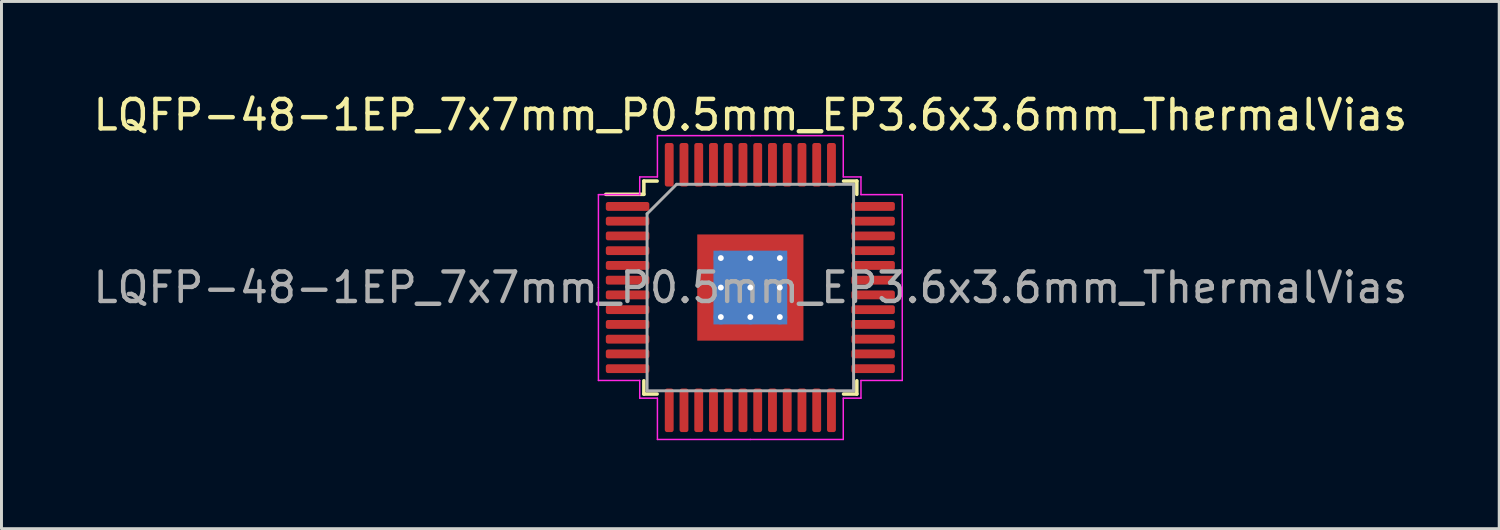
<source format=kicad_pcb>
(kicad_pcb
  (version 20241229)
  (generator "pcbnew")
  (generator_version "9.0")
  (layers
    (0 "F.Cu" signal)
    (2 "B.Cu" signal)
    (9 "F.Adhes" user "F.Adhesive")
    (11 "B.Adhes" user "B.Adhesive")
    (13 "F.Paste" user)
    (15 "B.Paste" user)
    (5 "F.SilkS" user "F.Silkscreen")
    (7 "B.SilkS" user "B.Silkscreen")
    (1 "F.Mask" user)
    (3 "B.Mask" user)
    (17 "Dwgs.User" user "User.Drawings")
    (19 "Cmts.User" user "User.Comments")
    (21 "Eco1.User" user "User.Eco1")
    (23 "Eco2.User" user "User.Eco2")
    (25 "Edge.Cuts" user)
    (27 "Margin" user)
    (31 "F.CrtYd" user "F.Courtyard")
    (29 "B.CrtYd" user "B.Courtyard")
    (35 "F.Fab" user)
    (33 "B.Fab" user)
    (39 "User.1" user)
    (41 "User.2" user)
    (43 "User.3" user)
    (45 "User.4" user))
  (footprint "LQFP-48-1EP_7x7mm_P0.5mm_EP3.6x3.6mm_ThermalVias"
    (layer "F.Cu")
    (at 22.387 6.698)
    (property "Reference" "LQFP-48-1EP_7x7mm_P0.5mm_EP3.6x3.6mm_ThermalVias" (at 0 -5.85 0) (layer "F.SilkS") (effects (font (size 1 1) (thickness 0.15))))
    (attr smd)
    (fp_line (start -3.61 -3.61) (end -3.61 -3.16) (stroke (width 0.12) (type solid)) (layer "F.SilkS"))
    (fp_line (start -3.61 -3.16) (end -4.9 -3.16) (stroke (width 0.12) (type solid)) (layer "F.SilkS"))
    (fp_line (start -3.61 3.61) (end -3.61 3.16) (stroke (width 0.12) (type solid)) (layer "F.SilkS"))
    (fp_line (start -3.16 -3.61) (end -3.61 -3.61) (stroke (width 0.12) (type solid)) (layer "F.SilkS"))
    (fp_line (start -3.16 3.61) (end -3.61 3.61) (stroke (width 0.12) (type solid)) (layer "F.SilkS"))
    (fp_line (start 3.16 -3.61) (end 3.61 -3.61) (stroke (width 0.12) (type solid)) (layer "F.SilkS"))
    (fp_line (start 3.16 3.61) (end 3.61 3.61) (stroke (width 0.12) (type solid)) (layer "F.SilkS"))
    (fp_line (start 3.61 -3.61) (end 3.61 -3.16) (stroke (width 0.12) (type solid)) (layer "F.SilkS"))
    (fp_line (start 3.61 3.61) (end 3.61 3.16) (stroke (width 0.12) (type solid)) (layer "F.SilkS"))
    (fp_line (start -5.15 -3.15) (end -5.15 0) (stroke (width 0.05) (type solid)) (layer "F.CrtYd"))
    (fp_line (start -5.15 3.15) (end -5.15 0) (stroke (width 0.05) (type solid)) (layer "F.CrtYd"))
    (fp_line (start -3.75 -3.75) (end -3.75 -3.15) (stroke (width 0.05) (type solid)) (layer "F.CrtYd"))
    (fp_line (start -3.75 -3.15) (end -5.15 -3.15) (stroke (width 0.05) (type solid)) (layer "F.CrtYd"))
    (fp_line (start -3.75 3.15) (end -5.15 3.15) (stroke (width 0.05) (type solid)) (layer "F.CrtYd"))
    (fp_line (start -3.75 3.75) (end -3.75 3.15) (stroke (width 0.05) (type solid)) (layer "F.CrtYd"))
    (fp_line (start -3.15 -5.15) (end -3.15 -3.75) (stroke (width 0.05) (type solid)) (layer "F.CrtYd"))
    (fp_line (start -3.15 -3.75) (end -3.75 -3.75) (stroke (width 0.05) (type solid)) (layer "F.CrtYd"))
    (fp_line (start -3.15 3.75) (end -3.75 3.75) (stroke (width 0.05) (type solid)) (layer "F.CrtYd"))
    (fp_line (start -3.15 5.15) (end -3.15 3.75) (stroke (width 0.05) (type solid)) (layer "F.CrtYd"))
    (fp_line (start 0 -5.15) (end -3.15 -5.15) (stroke (width 0.05) (type solid)) (layer "F.CrtYd"))
    (fp_line (start 0 -5.15) (end 3.15 -5.15) (stroke (width 0.05) (type solid)) (layer "F.CrtYd"))
    (fp_line (start 0 5.15) (end -3.15 5.15) (stroke (width 0.05) (type solid)) (layer "F.CrtYd"))
    (fp_line (start 0 5.15) (end 3.15 5.15) (stroke (width 0.05) (type solid)) (layer "F.CrtYd"))
    (fp_line (start 3.15 -5.15) (end 3.15 -3.75) (stroke (width 0.05) (type solid)) (layer "F.CrtYd"))
    (fp_line (start 3.15 -3.75) (end 3.75 -3.75) (stroke (width 0.05) (type solid)) (layer "F.CrtYd"))
    (fp_line (start 3.15 3.75) (end 3.75 3.75) (stroke (width 0.05) (type solid)) (layer "F.CrtYd"))
    (fp_line (start 3.15 5.15) (end 3.15 3.75) (stroke (width 0.05) (type solid)) (layer "F.CrtYd"))
    (fp_line (start 3.75 -3.75) (end 3.75 -3.15) (stroke (width 0.05) (type solid)) (layer "F.CrtYd"))
    (fp_line (start 3.75 -3.15) (end 5.15 -3.15) (stroke (width 0.05) (type solid)) (layer "F.CrtYd"))
    (fp_line (start 3.75 3.15) (end 5.15 3.15) (stroke (width 0.05) (type solid)) (layer "F.CrtYd"))
    (fp_line (start 3.75 3.75) (end 3.75 3.15) (stroke (width 0.05) (type solid)) (layer "F.CrtYd"))
    (fp_line (start 5.15 -3.15) (end 5.15 0) (stroke (width 0.05) (type solid)) (layer "F.CrtYd"))
    (fp_line (start 5.15 3.15) (end 5.15 0) (stroke (width 0.05) (type solid)) (layer "F.CrtYd"))
    (fp_line (start -3.5 -2.5) (end -2.5 -3.5) (stroke (width 0.1) (type solid)) (layer "F.Fab"))
    (fp_line (start -3.5 3.5) (end -3.5 -2.5) (stroke (width 0.1) (type solid)) (layer "F.Fab"))
    (fp_line (start -2.5 -3.5) (end 3.5 -3.5) (stroke (width 0.1) (type solid)) (layer "F.Fab"))
    (fp_line (start 3.5 -3.5) (end 3.5 3.5) (stroke (width 0.1) (type solid)) (layer "F.Fab"))
    (fp_line (start 3.5 3.5) (end -3.5 3.5) (stroke (width 0.1) (type solid)) (layer "F.Fab"))
    (fp_text user "${REFERENCE}" (at 0 0 0) (layer "F.Fab") (effects (font (size 1 1) (thickness 0.15))))
    (pad "" smd custom (at -1.4 -1.4) (size 0.555 0.555) (layers "F.Paste") (options (anchor circle)) (primitives (gr_poly (pts (xy -0.232 -0.232) (xy 0.232 -0.232) (xy 0.232 0.157) (xy 0.157 0.232) (xy -0.232 0.232)) (width 0.181) (fill yes))))
    (pad "" smd custom (at -1.4 -0.5) (size 0.568 0.568) (layers "F.Paste") (options (anchor circle)) (primitives (gr_poly (pts (xy -0.246 -0.326) (xy 0.182 -0.326) (xy 0.246 -0.263) (xy 0.246 0.263) (xy 0.182 0.326) (xy -0.246 0.326)) (width 0.153) (fill yes))))
    (pad "" smd custom (at -1.4 0.5) (size 0.568 0.568) (layers "F.Paste") (options (anchor circle)) (primitives (gr_poly (pts (xy -0.246 -0.326) (xy 0.182 -0.326) (xy 0.246 -0.263) (xy 0.246 0.263) (xy 0.182 0.326) (xy -0.246 0.326)) (width 0.153) (fill yes))))
    (pad "" smd custom (at -1.4 1.4) (size 0.555 0.555) (layers "F.Paste") (options (anchor circle)) (primitives (gr_poly (pts (xy -0.232 -0.232) (xy 0.157 -0.232) (xy 0.232 -0.157) (xy 0.232 0.232) (xy -0.232 0.232)) (width 0.181) (fill yes))))
    (pad "" smd custom (at -0.5 -1.4) (size 0.568 0.568) (layers "F.Paste") (options (anchor circle)) (primitives (gr_poly (pts (xy -0.326 -0.246) (xy 0.326 -0.246) (xy 0.326 0.182) (xy 0.263 0.246) (xy -0.263 0.246) (xy -0.326 0.182)) (width 0.153) (fill yes))))
    (pad "" smd roundrect (at -0.5 -0.5) (size 0.806 0.806) (layers "F.Paste") (roundrect_rratio 0.25))
    (pad "" smd roundrect (at -0.5 0.5) (size 0.806 0.806) (layers "F.Paste") (roundrect_rratio 0.25))
    (pad "" smd custom (at -0.5 1.4) (size 0.568 0.568) (layers "F.Paste") (options (anchor circle)) (primitives (gr_poly (pts (xy -0.326 -0.182) (xy -0.263 -0.246) (xy 0.263 -0.246) (xy 0.326 -0.182) (xy 0.326 0.246) (xy -0.326 0.246)) (width 0.153) (fill yes))))
    (pad "" smd custom (at 0.5 -1.4) (size 0.568 0.568) (layers "F.Paste") (options (anchor circle)) (primitives (gr_poly (pts (xy -0.326 -0.246) (xy 0.326 -0.246) (xy 0.326 0.182) (xy 0.263 0.246) (xy -0.263 0.246) (xy -0.326 0.182)) (width 0.153) (fill yes))))
    (pad "" smd roundrect (at 0.5 -0.5) (size 0.806 0.806) (layers "F.Paste") (roundrect_rratio 0.25))
    (pad "" smd roundrect (at 0.5 0.5) (size 0.806 0.806) (layers "F.Paste") (roundrect_rratio 0.25))
    (pad "" smd custom (at 0.5 1.4) (size 0.568 0.568) (layers "F.Paste") (options (anchor circle)) (primitives (gr_poly (pts (xy -0.326 -0.182) (xy -0.263 -0.246) (xy 0.263 -0.246) (xy 0.326 -0.182) (xy 0.326 0.246) (xy -0.326 0.246)) (width 0.153) (fill yes))))
    (pad "" smd custom (at 1.4 -1.4) (size 0.555 0.555) (layers "F.Paste") (options (anchor circle)) (primitives (gr_poly (pts (xy -0.232 -0.232) (xy 0.232 -0.232) (xy 0.232 0.232) (xy -0.157 0.232) (xy -0.232 0.157)) (width 0.181) (fill yes))))
    (pad "" smd custom (at 1.4 -0.5) (size 0.568 0.568) (layers "F.Paste") (options (anchor circle)) (primitives (gr_poly (pts (xy -0.246 -0.263) (xy -0.182 -0.326) (xy 0.246 -0.326) (xy 0.246 0.326) (xy -0.182 0.326) (xy -0.246 0.263)) (width 0.153) (fill yes))))
    (pad "" smd custom (at 1.4 0.5) (size 0.568 0.568) (layers "F.Paste") (options (anchor circle)) (primitives (gr_poly (pts (xy -0.246 -0.263) (xy -0.182 -0.326) (xy 0.246 -0.326) (xy 0.246 0.326) (xy -0.182 0.326) (xy -0.246 0.263)) (width 0.153) (fill yes))))
    (pad "" smd custom (at 1.4 1.4) (size 0.555 0.555) (layers "F.Paste") (options (anchor circle)) (primitives (gr_poly (pts (xy -0.232 -0.157) (xy -0.157 -0.232) (xy 0.232 -0.232) (xy 0.232 0.232) (xy -0.232 0.232)) (width 0.181) (fill yes))))
    (pad "1" smd roundrect (at -4.162 -2.75) (size 1.475 0.3) (layers "F.Cu" "F.Mask" "F.Paste") (roundrect_rratio 0.25))
    (pad "2" smd roundrect (at -4.162 -2.25) (size 1.475 0.3) (layers "F.Cu" "F.Mask" "F.Paste") (roundrect_rratio 0.25))
    (pad "3" smd roundrect (at -4.162 -1.75) (size 1.475 0.3) (layers "F.Cu" "F.Mask" "F.Paste") (roundrect_rratio 0.25))
    (pad "4" smd roundrect (at -4.162 -1.25) (size 1.475 0.3) (layers "F.Cu" "F.Mask" "F.Paste") (roundrect_rratio 0.25))
    (pad "5" smd roundrect (at -4.162 -0.75) (size 1.475 0.3) (layers "F.Cu" "F.Mask" "F.Paste") (roundrect_rratio 0.25))
    (pad "6" smd roundrect (at -4.162 -0.25) (size 1.475 0.3) (layers "F.Cu" "F.Mask" "F.Paste") (roundrect_rratio 0.25))
    (pad "7" smd roundrect (at -4.162 0.25) (size 1.475 0.3) (layers "F.Cu" "F.Mask" "F.Paste") (roundrect_rratio 0.25))
    (pad "8" smd roundrect (at -4.162 0.75) (size 1.475 0.3) (layers "F.Cu" "F.Mask" "F.Paste") (roundrect_rratio 0.25))
    (pad "9" smd roundrect (at -4.162 1.25) (size 1.475 0.3) (layers "F.Cu" "F.Mask" "F.Paste") (roundrect_rratio 0.25))
    (pad "10" smd roundrect (at -4.162 1.75) (size 1.475 0.3) (layers "F.Cu" "F.Mask" "F.Paste") (roundrect_rratio 0.25))
    (pad "11" smd roundrect (at -4.162 2.25) (size 1.475 0.3) (layers "F.Cu" "F.Mask" "F.Paste") (roundrect_rratio 0.25))
    (pad "12" smd roundrect (at -4.162 2.75) (size 1.475 0.3) (layers "F.Cu" "F.Mask" "F.Paste") (roundrect_rratio 0.25))
    (pad "13" smd roundrect (at -2.75 4.162) (size 0.3 1.475) (layers "F.Cu" "F.Mask" "F.Paste") (roundrect_rratio 0.25))
    (pad "14" smd roundrect (at -2.25 4.162) (size 0.3 1.475) (layers "F.Cu" "F.Mask" "F.Paste") (roundrect_rratio 0.25))
    (pad "15" smd roundrect (at -1.75 4.162) (size 0.3 1.475) (layers "F.Cu" "F.Mask" "F.Paste") (roundrect_rratio 0.25))
    (pad "16" smd roundrect (at -1.25 4.162) (size 0.3 1.475) (layers "F.Cu" "F.Mask" "F.Paste") (roundrect_rratio 0.25))
    (pad "17" smd roundrect (at -0.75 4.162) (size 0.3 1.475) (layers "F.Cu" "F.Mask" "F.Paste") (roundrect_rratio 0.25))
    (pad "18" smd roundrect (at -0.25 4.162) (size 0.3 1.475) (layers "F.Cu" "F.Mask" "F.Paste") (roundrect_rratio 0.25))
    (pad "19" smd roundrect (at 0.25 4.162) (size 0.3 1.475) (layers "F.Cu" "F.Mask" "F.Paste") (roundrect_rratio 0.25))
    (pad "20" smd roundrect (at 0.75 4.162) (size 0.3 1.475) (layers "F.Cu" "F.Mask" "F.Paste") (roundrect_rratio 0.25))
    (pad "21" smd roundrect (at 1.25 4.162) (size 0.3 1.475) (layers "F.Cu" "F.Mask" "F.Paste") (roundrect_rratio 0.25))
    (pad "22" smd roundrect (at 1.75 4.162) (size 0.3 1.475) (layers "F.Cu" "F.Mask" "F.Paste") (roundrect_rratio 0.25))
    (pad "23" smd roundrect (at 2.25 4.162) (size 0.3 1.475) (layers "F.Cu" "F.Mask" "F.Paste") (roundrect_rratio 0.25))
    (pad "24" smd roundrect (at 2.75 4.162) (size 0.3 1.475) (layers "F.Cu" "F.Mask" "F.Paste") (roundrect_rratio 0.25))
    (pad "25" smd roundrect (at 4.162 2.75) (size 1.475 0.3) (layers "F.Cu" "F.Mask" "F.Paste") (roundrect_rratio 0.25))
    (pad "26" smd roundrect (at 4.162 2.25) (size 1.475 0.3) (layers "F.Cu" "F.Mask" "F.Paste") (roundrect_rratio 0.25))
    (pad "27" smd roundrect (at 4.162 1.75) (size 1.475 0.3) (layers "F.Cu" "F.Mask" "F.Paste") (roundrect_rratio 0.25))
    (pad "28" smd roundrect (at 4.162 1.25) (size 1.475 0.3) (layers "F.Cu" "F.Mask" "F.Paste") (roundrect_rratio 0.25))
    (pad "29" smd roundrect (at 4.162 0.75) (size 1.475 0.3) (layers "F.Cu" "F.Mask" "F.Paste") (roundrect_rratio 0.25))
    (pad "30" smd roundrect (at 4.162 0.25) (size 1.475 0.3) (layers "F.Cu" "F.Mask" "F.Paste") (roundrect_rratio 0.25))
    (pad "31" smd roundrect (at 4.162 -0.25) (size 1.475 0.3) (layers "F.Cu" "F.Mask" "F.Paste") (roundrect_rratio 0.25))
    (pad "32" smd roundrect (at 4.162 -0.75) (size 1.475 0.3) (layers "F.Cu" "F.Mask" "F.Paste") (roundrect_rratio 0.25))
    (pad "33" smd roundrect (at 4.162 -1.25) (size 1.475 0.3) (layers "F.Cu" "F.Mask" "F.Paste") (roundrect_rratio 0.25))
    (pad "34" smd roundrect (at 4.162 -1.75) (size 1.475 0.3) (layers "F.Cu" "F.Mask" "F.Paste") (roundrect_rratio 0.25))
    (pad "35" smd roundrect (at 4.162 -2.25) (size 1.475 0.3) (layers "F.Cu" "F.Mask" "F.Paste") (roundrect_rratio 0.25))
    (pad "36" smd roundrect (at 4.162 -2.75) (size 1.475 0.3) (layers "F.Cu" "F.Mask" "F.Paste") (roundrect_rratio 0.25))
    (pad "37" smd roundrect (at 2.75 -4.162) (size 0.3 1.475) (layers "F.Cu" "F.Mask" "F.Paste") (roundrect_rratio 0.25))
    (pad "38" smd roundrect (at 2.25 -4.162) (size 0.3 1.475) (layers "F.Cu" "F.Mask" "F.Paste") (roundrect_rratio 0.25))
    (pad "39" smd roundrect (at 1.75 -4.162) (size 0.3 1.475) (layers "F.Cu" "F.Mask" "F.Paste") (roundrect_rratio 0.25))
    (pad "40" smd roundrect (at 1.25 -4.162) (size 0.3 1.475) (layers "F.Cu" "F.Mask" "F.Paste") (roundrect_rratio 0.25))
    (pad "41" smd roundrect (at 0.75 -4.162) (size 0.3 1.475) (layers "F.Cu" "F.Mask" "F.Paste") (roundrect_rratio 0.25))
    (pad "42" smd roundrect (at 0.25 -4.162) (size 0.3 1.475) (layers "F.Cu" "F.Mask" "F.Paste") (roundrect_rratio 0.25))
    (pad "43" smd roundrect (at -0.25 -4.162) (size 0.3 1.475) (layers "F.Cu" "F.Mask" "F.Paste") (roundrect_rratio 0.25))
    (pad "44" smd roundrect (at -0.75 -4.162) (size 0.3 1.475) (layers "F.Cu" "F.Mask" "F.Paste") (roundrect_rratio 0.25))
    (pad "45" smd roundrect (at -1.25 -4.162) (size 0.3 1.475) (layers "F.Cu" "F.Mask" "F.Paste") (roundrect_rratio 0.25))
    (pad "46" smd roundrect (at -1.75 -4.162) (size 0.3 1.475) (layers "F.Cu" "F.Mask" "F.Paste") (roundrect_rratio 0.25))
    (pad "47" smd roundrect (at -2.25 -4.162) (size 0.3 1.475) (layers "F.Cu" "F.Mask" "F.Paste") (roundrect_rratio 0.25))
    (pad "48" smd roundrect (at -2.75 -4.162) (size 0.3 1.475) (layers "F.Cu" "F.Mask" "F.Paste") (roundrect_rratio 0.25))
    (pad "49" thru_hole circle (at -1 -1) (size 0.5 0.5) (drill 0.2) (layers "*.Cu"))
    (pad "49" thru_hole circle (at -1 0) (size 0.5 0.5) (drill 0.2) (layers "*.Cu"))
    (pad "49" thru_hole circle (at -1 1) (size 0.5 0.5) (drill 0.2) (layers "*.Cu"))
    (pad "49" thru_hole circle (at 0 -1) (size 0.5 0.5) (drill 0.2) (layers "*.Cu"))
    (pad "49" thru_hole circle (at 0 0) (size 0.5 0.5) (drill 0.2) (layers "*.Cu"))
    (pad "49" smd rect (at 0 0) (size 2.5 2.5) (layers "B.Cu"))
    (pad "49" smd rect (at 0 0) (size 3.6 3.6) (layers "F.Cu" "F.Mask"))
    (pad "49" thru_hole circle (at 0 1) (size 0.5 0.5) (drill 0.2) (layers "*.Cu"))
    (pad "49" thru_hole circle (at 1 -1) (size 0.5 0.5) (drill 0.2) (layers "*.Cu"))
    (pad "49" thru_hole circle (at 1 0) (size 0.5 0.5) (drill 0.2) (layers "*.Cu"))
    (pad "49" thru_hole circle (at 1 1) (size 0.5 0.5) (drill 0.2) (layers "*.Cu")))
  (gr_rect
    (start -3 -3)
    (end 47.774 14.873)
    (stroke (width 0.1) (type default))
    (fill no)
    (layer "Edge.Cuts")))
</source>
